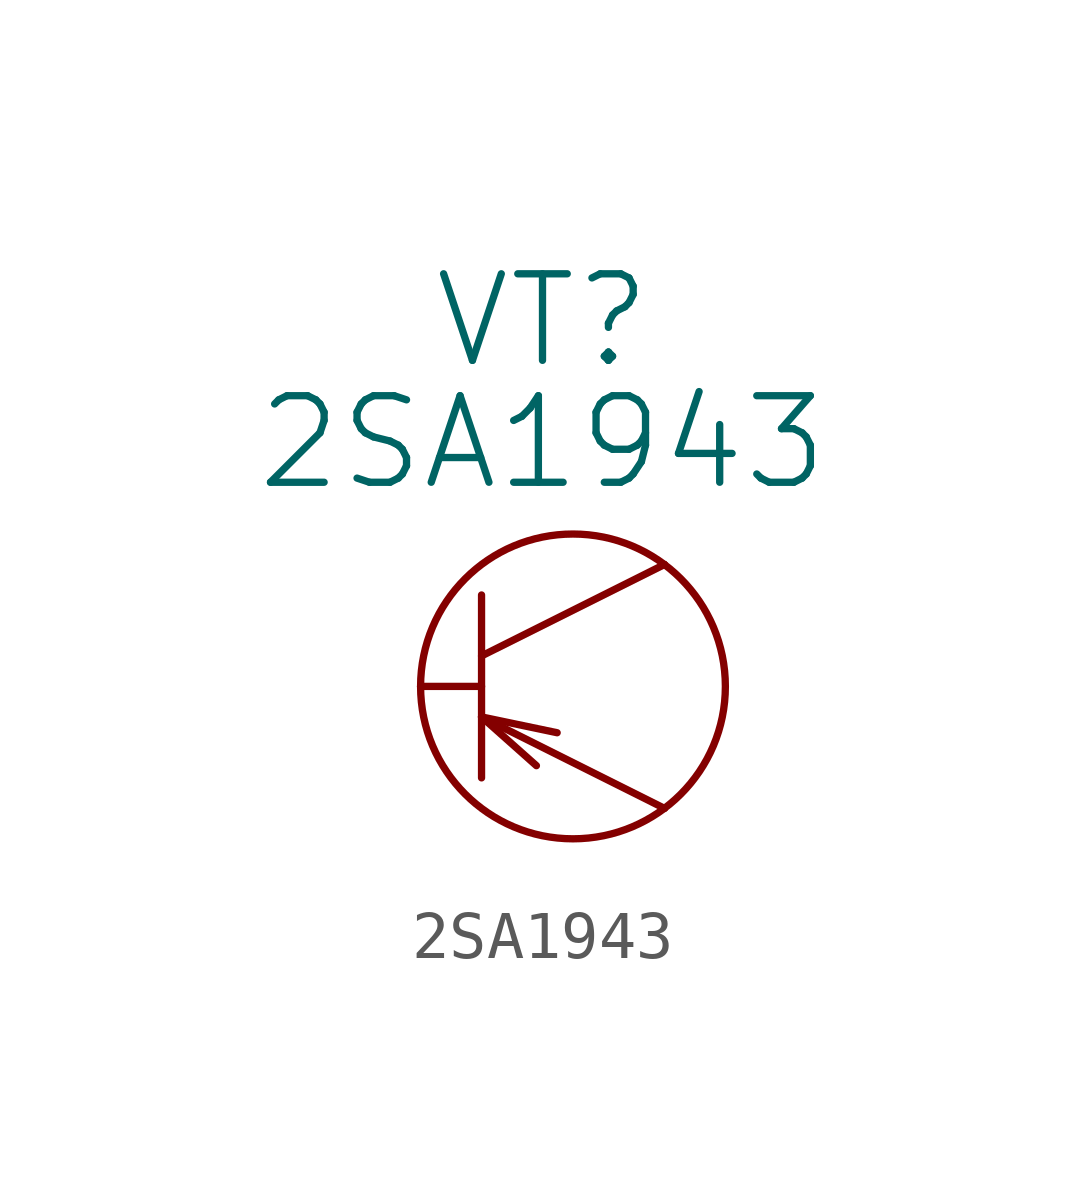
<source format=kicad_sym>
(kicad_symbol_lib
  (version 20211014)
  (generator kicad_symbol_editor)
  (symbol "2SA1943"
    (pin_numbers hide)
    (pin_names
      (offset 0))
    (property "Reference" "VT"
      (at 2.54 7.62 0)
      (effects (font (size 1.803 1.803))))
    (property "Value" "2SA1943"
      (at 2.54 5.08 0)
      (effects (font (size 1.803 1.803))))
    (property "Footprint" ""
      (at 0 0 0)
      (effects (font (size 1.524 1.524))))
    (property "Datasheet" ""
      (at 0 0 0)
      (effects (font (size 1.524 1.524))))
    (symbol "2SA1943_0_1"
      (polyline (pts (xy 1.27 -0.635) (xy 2.413 -1.651)) (stroke (width 0) (type default) (color 0 0 0 0)) (fill (type none)))
      (polyline (pts (xy 1.27 -0.635) (xy 2.845 -0.965)) (stroke (width 0) (type default) (color 0 0 0 0)) (fill (type none)))
      (polyline (pts (xy 1.27 0) (xy 0 0)) (stroke (width 0) (type default) (color 0 0 0 0)) (fill (type none)))
      (polyline (pts (xy 1.27 0.635) (xy 5.08 2.54)) (stroke (width 0) (type default) (color 0 0 0 0)) (fill (type none)))
      (polyline (pts (xy 1.27 1.905) (xy 1.27 -1.905)) (stroke (width 0) (type default) (color 0 0 0 0)) (fill (type none)))
      (polyline (pts (xy 5.08 -2.54) (xy 1.27 -0.635)) (stroke (width 0) (type default) (color 0 0 0 0)) (fill (type none)))
      (circle (center 3.175 0) (radius 3.175) (stroke (width 0) (type default) (color 0 0 0 0)) (fill (type none))))
    (symbol "2SA1943_1_1"
      (pin input line (at 0 0 0) (length 0) (name "~" (effects (font (size 1.27 1.27)))) (number "1" (effects (font (size 1.27 1.27)))))
      (pin output line (at 5.08 2.54 180) (length 0) (name "~" (effects (font (size 1.27 1.27)))) (number "2" (effects (font (size 1.27 1.27)))))
      (pin input line (at 5.08 -2.54 180) (length 0) (name "~" (effects (font (size 1.27 1.27)))) (number "3" (effects (font (size 1.27 1.27))))))))
</source>
